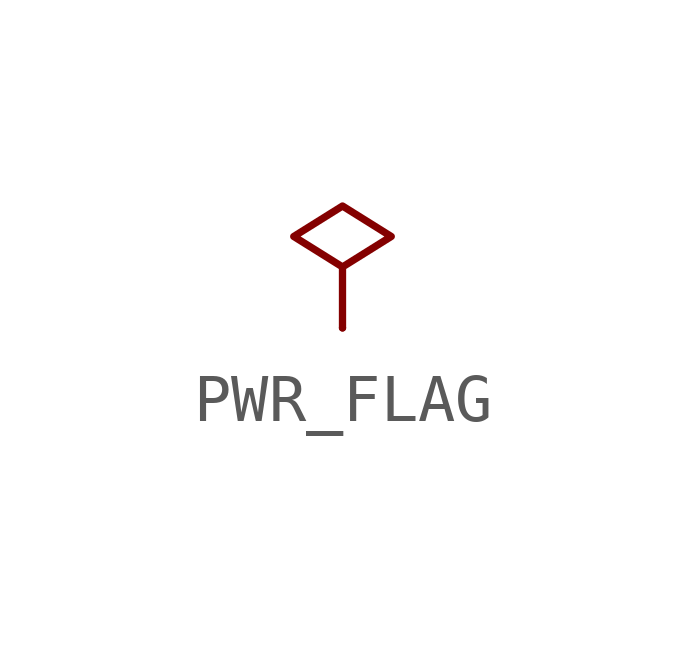
<source format=kicad_sym>
(kicad_symbol_lib
  (version 20231120)
  (generator "kicad_symbol_editor")
  (generator_version "8.0")
  (symbol "PWR_FLAG"
    (power)
    (pin_numbers hide)
    (pin_names
      (offset 0) hide)
    (property "Reference" "#FLG"
      (at 0.5 -13.5 0)
      (effects (font (size 1.25 1.25)) (hide yes)))
    (symbol "PWR_FLAG_1_0"
      (pin power_out line (at 0 0 90) (length 0) (name "pwr" (effects (font (size 1.25 1.25)))) (number "1" (effects (font (size 1.25 1.25))))))
    (symbol "PWR_FLAG_1_1"
      (polyline (pts (xy 0 0) (xy 0 1.27) (xy -1.016 1.905) (xy 0 2.54) (xy 1.016 1.905) (xy 0 1.27)) (stroke (width 0) (type solid)) (fill (type none))))))
</source>
